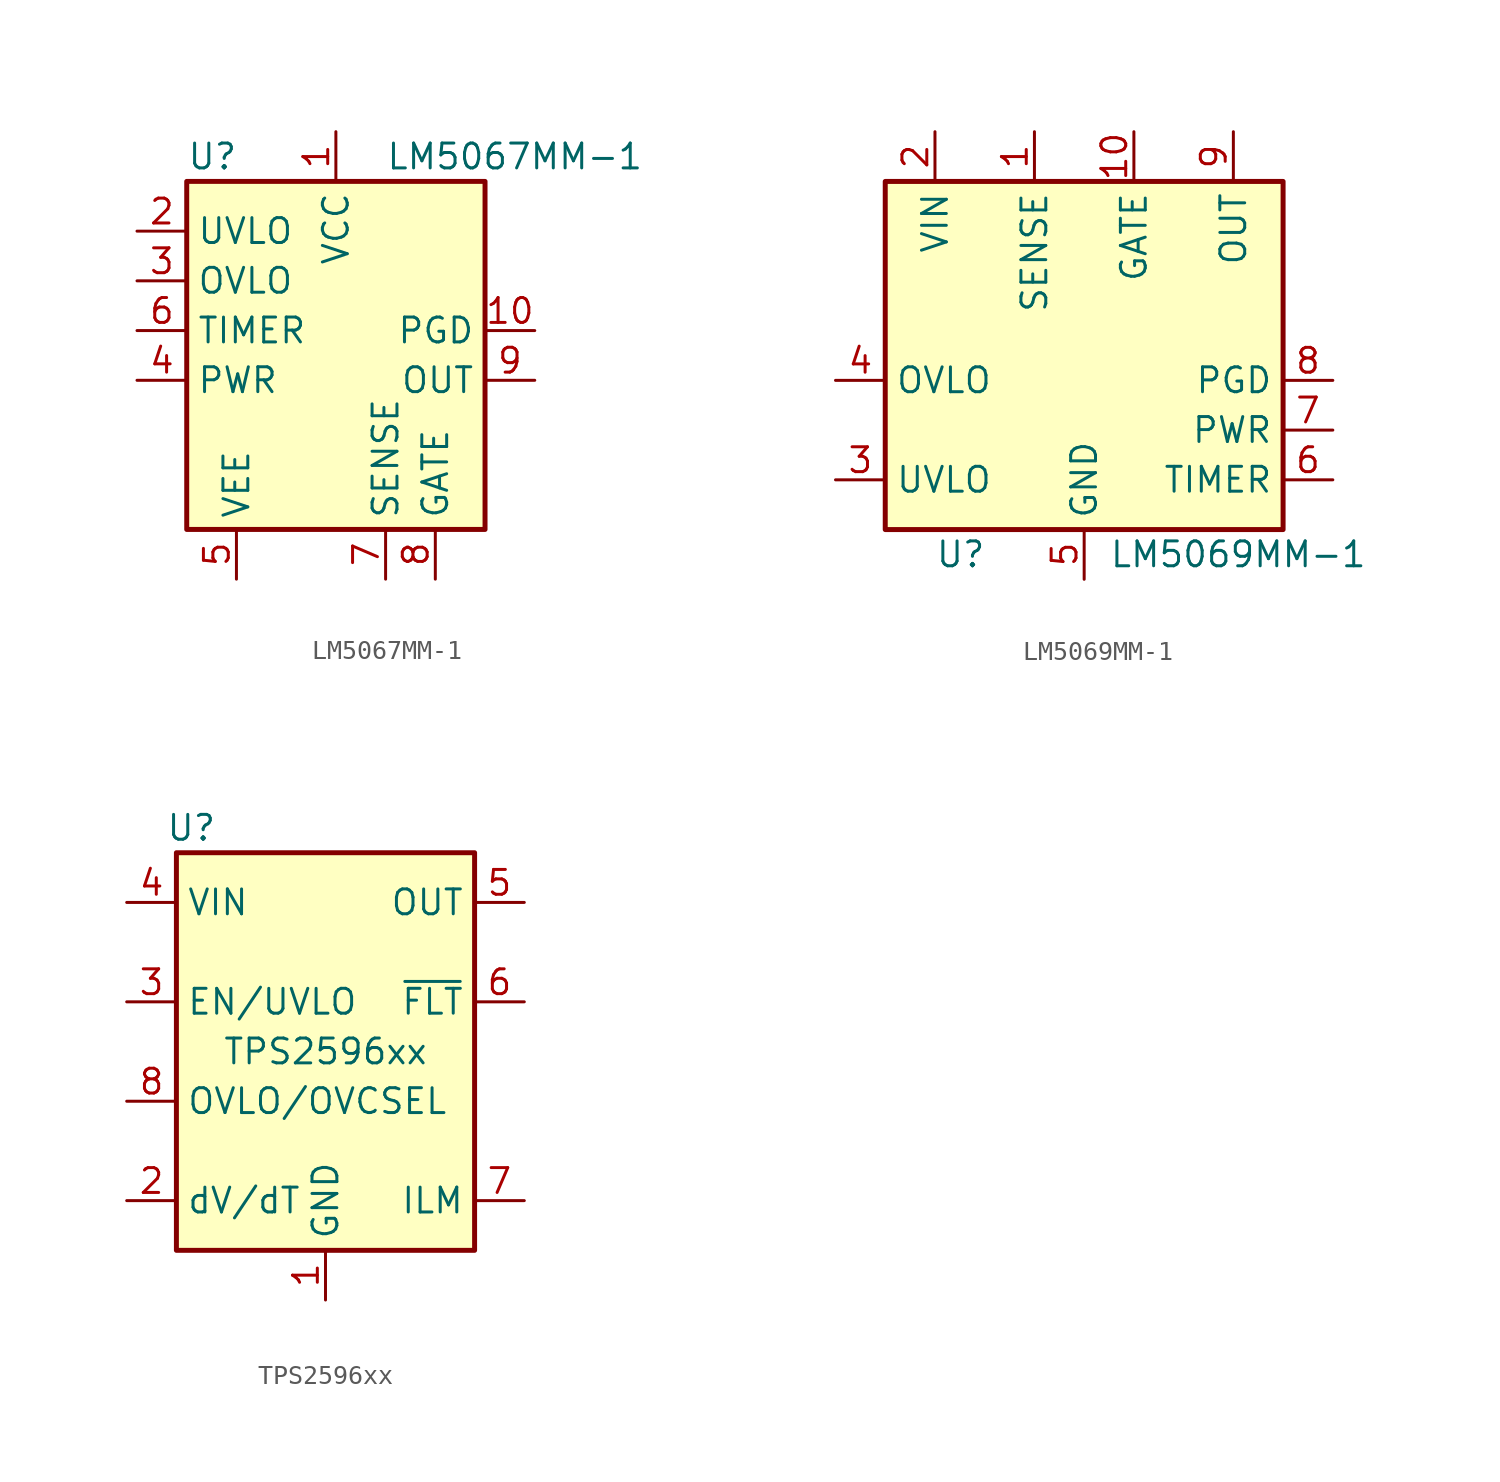
<source format=kicad_sym>
(kicad_symbol_lib
  (version 20241209)
  (generator "kicad_symbol_editor")
  (generator_version "9.0")
  (symbol "LM5067MM-1"
    (property "Reference" "U"
      (at -7.62 8.89 0)
      (effects (font (size 1.27 1.27)) (justify left)))
    (property "Value" "LM5067MM-1"
      (at 2.54 8.89 0)
      (effects (font (size 1.27 1.27)) (justify left)))
    (symbol "LM5067MM-1_0_1"
      (rectangle (start -7.62 7.62) (end 7.62 -10.16) (stroke (width 0.254) (type default)) (fill (type background))))
    (symbol "LM5067MM-1_1_0"
      (pin power_in line (at -5.08 -12.7 90) (length 2.54) (name "VEE" (effects (font (size 1.27 1.27)))) (number "5" (effects (font (size 1.27 1.27))))))
    (symbol "LM5067MM-1_1_1"
      (pin input line (at -10.16 5.08 0) (length 2.54) (name "UVLO" (effects (font (size 1.27 1.27)))) (number "2" (effects (font (size 1.27 1.27)))))
      (pin input line (at -10.16 2.54 0) (length 2.54) (name "OVLO" (effects (font (size 1.27 1.27)))) (number "3" (effects (font (size 1.27 1.27)))))
      (pin input line (at -10.16 0 0) (length 2.54) (name "TIMER" (effects (font (size 1.27 1.27)))) (number "6" (effects (font (size 1.27 1.27)))))
      (pin input line (at -10.16 -2.54 0) (length 2.54) (name "PWR" (effects (font (size 1.27 1.27)))) (number "4" (effects (font (size 1.27 1.27)))))
      (pin power_in line (at 0 10.16 270) (length 2.54) (name "VCC" (effects (font (size 1.27 1.27)))) (number "1" (effects (font (size 1.27 1.27)))))
      (pin input line (at 2.54 -12.7 90) (length 2.54) (name "SENSE" (effects (font (size 1.27 1.27)))) (number "7" (effects (font (size 1.27 1.27)))))
      (pin output line (at 5.08 -12.7 90) (length 2.54) (name "GATE" (effects (font (size 1.27 1.27)))) (number "8" (effects (font (size 1.27 1.27)))))
      (pin open_collector line (at 10.16 0 180) (length 2.54) (name "PGD" (effects (font (size 1.27 1.27)))) (number "10" (effects (font (size 1.27 1.27)))))
      (pin input line (at 10.16 -2.54 180) (length 2.54) (name "OUT" (effects (font (size 1.27 1.27)))) (number "9" (effects (font (size 1.27 1.27)))))))
  (symbol "LM5069MM-1"
    (property "Reference" "U"
      (at -7.62 -11.43 0)
      (effects (font (size 1.27 1.27)) (justify left)))
    (property "Value" "LM5069MM-1"
      (at 1.27 -11.43 0)
      (effects (font (size 1.27 1.27)) (justify left)))
    (symbol "LM5069MM-1_0_1"
      (rectangle (start -10.16 7.62) (end 10.16 -10.16) (stroke (width 0.254) (type default)) (fill (type background))))
    (symbol "LM5069MM-1_1_0"
      (pin input line (at 12.7 -7.62 180) (length 2.54) (name "TIMER" (effects (font (size 1.27 1.27)))) (number "6" (effects (font (size 1.27 1.27))))))
    (symbol "LM5069MM-1_1_1"
      (pin input line (at -12.7 -2.54 0) (length 2.54) (name "OVLO" (effects (font (size 1.27 1.27)))) (number "4" (effects (font (size 1.27 1.27)))))
      (pin input line (at -12.7 -7.62 0) (length 2.54) (name "UVLO" (effects (font (size 1.27 1.27)))) (number "3" (effects (font (size 1.27 1.27)))))
      (pin power_in line (at -7.62 10.16 270) (length 2.54) (name "VIN" (effects (font (size 1.27 1.27)))) (number "2" (effects (font (size 1.27 1.27)))))
      (pin input line (at -2.54 10.16 270) (length 2.54) (name "SENSE" (effects (font (size 1.27 1.27)))) (number "1" (effects (font (size 1.27 1.27)))))
      (pin power_in line (at 0 -12.7 90) (length 2.54) (name "GND" (effects (font (size 1.27 1.27)))) (number "5" (effects (font (size 1.27 1.27)))))
      (pin output line (at 2.54 10.16 270) (length 2.54) (name "GATE" (effects (font (size 1.27 1.27)))) (number "10" (effects (font (size 1.27 1.27)))))
      (pin input line (at 7.62 10.16 270) (length 2.54) (name "OUT" (effects (font (size 1.27 1.27)))) (number "9" (effects (font (size 1.27 1.27)))))
      (pin open_collector line (at 12.7 -2.54 180) (length 2.54) (name "PGD" (effects (font (size 1.27 1.27)))) (number "8" (effects (font (size 1.27 1.27)))))
      (pin input line (at 12.7 -5.08 180) (length 2.54) (name "PWR" (effects (font (size 1.27 1.27)))) (number "7" (effects (font (size 1.27 1.27)))))))
  (symbol "TPS2596xx"
    (property "Reference" "U"
      (at -6.858 11.43 0)
      (effects (font (size 1.27 1.27))))
    (property "Value" "TPS2596xx"
      (at 0 0 0)
      (effects (font (size 1.27 1.27))))
    (symbol "TPS2596xx_0_1"
      (rectangle (start -7.62 10.16) (end 7.62 -10.16) (stroke (width 0.254) (type default)) (fill (type background))))
    (symbol "TPS2596xx_1_1"
      (pin power_in line (at -10.16 7.62 0) (length 2.54) (name "VIN" (effects (font (size 1.27 1.27)))) (number "4" (effects (font (size 1.27 1.27)))))
      (pin input line (at -10.16 2.54 0) (length 2.54) (name "EN/UVLO" (effects (font (size 1.27 1.27)))) (number "3" (effects (font (size 1.27 1.27)))))
      (pin input line (at -10.16 -2.54 0) (length 2.54) (name "OVLO/OVCSEL" (effects (font (size 1.27 1.27)))) (number "8" (effects (font (size 1.27 1.27)))))
      (pin passive line (at -10.16 -7.62 0) (length 2.54) (name "dV/dT" (effects (font (size 1.27 1.27)))) (number "2" (effects (font (size 1.27 1.27)))))
      (pin power_in line (at 0 -12.7 90) (length 2.54) (name "GND" (effects (font (size 1.27 1.27)))) (number "1" (effects (font (size 1.27 1.27)))))
      (pin passive line (at 0 -12.7 90) (length 2.54) (hide yes) (name "GND" (effects (font (size 1.27 1.27)))) (number "9" (effects (font (size 1.27 1.27)))))
      (pin power_out line (at 10.16 7.62 180) (length 2.54) (name "OUT" (effects (font (size 1.27 1.27)))) (number "5" (effects (font (size 1.27 1.27)))))
      (pin open_collector line (at 10.16 2.54 180) (length 2.54) (name "~{FLT}" (effects (font (size 1.27 1.27)))) (number "6" (effects (font (size 1.27 1.27)))))
      (pin output line (at 10.16 -7.62 180) (length 2.54) (name "ILM" (effects (font (size 1.27 1.27)))) (number "7" (effects (font (size 1.27 1.27))))))))
</source>
